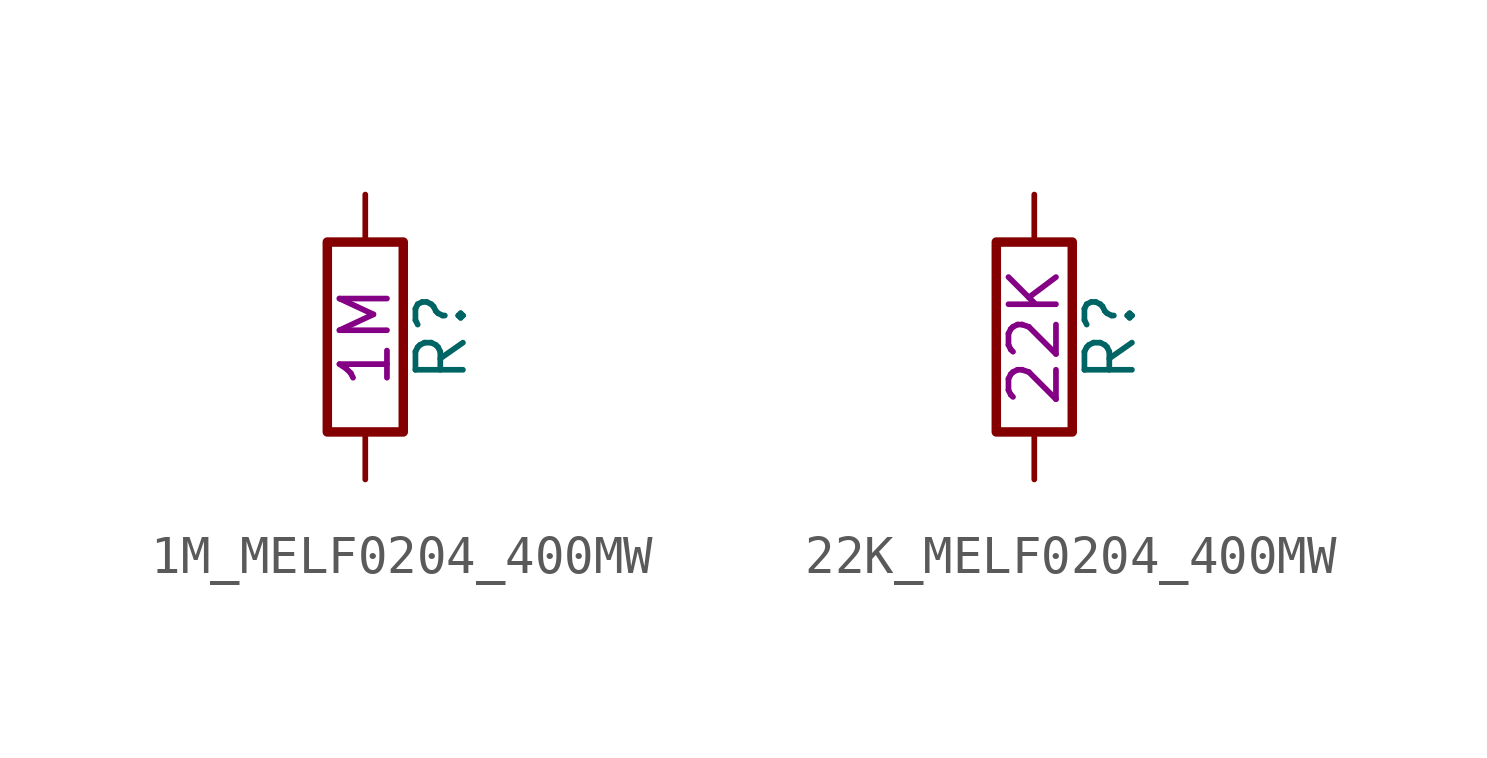
<source format=kicad_sym>
(kicad_symbol_lib
  (version 20211014)
  (generator kicad_symbol_editor)
  (symbol "1M_MELF0204_400MW"
    (pin_numbers hide)
    (pin_names
      (offset 0))
    (property "Reference" "R"
      (at 2.032 0 90)
      (effects (font (size 1.27 1.27))))
    (property "Resistance" "1M"
      (at 0 0 90)
      (effects (font (size 1.27 1.27))))
    (symbol "1M_MELF0204_400MW_0_1"
      (rectangle (start -1.016 -2.54) (end 1.016 2.54) (stroke (width 0.254) (type default) (color 0 0 0 0)) (fill (type none))))
    (symbol "1M_MELF0204_400MW_1_1"
      (pin passive line (at 0 3.81 270) (length 1.27) (name "~" (effects (font (size 1.27 1.27)))) (number "1" (effects (font (size 1.27 1.27)))))
      (pin passive line (at 0 -3.81 90) (length 1.27) (name "~" (effects (font (size 1.27 1.27)))) (number "2" (effects (font (size 1.27 1.27)))))))
  (symbol "22K_MELF0204_400MW"
    (pin_numbers hide)
    (pin_names
      (offset 0))
    (property "Reference" "R"
      (at 2.032 0 90)
      (effects (font (size 1.27 1.27))))
    (property "Resistance" "22K"
      (at 0 0 90)
      (effects (font (size 1.27 1.27))))
    (symbol "22K_MELF0204_400MW_0_1"
      (rectangle (start -1.016 -2.54) (end 1.016 2.54) (stroke (width 0.254) (type default) (color 0 0 0 0)) (fill (type none))))
    (symbol "22K_MELF0204_400MW_1_1"
      (pin passive line (at 0 3.81 270) (length 1.27) (name "~" (effects (font (size 1.27 1.27)))) (number "1" (effects (font (size 1.27 1.27)))))
      (pin passive line (at 0 -3.81 90) (length 1.27) (name "~" (effects (font (size 1.27 1.27)))) (number "2" (effects (font (size 1.27 1.27))))))))
</source>
